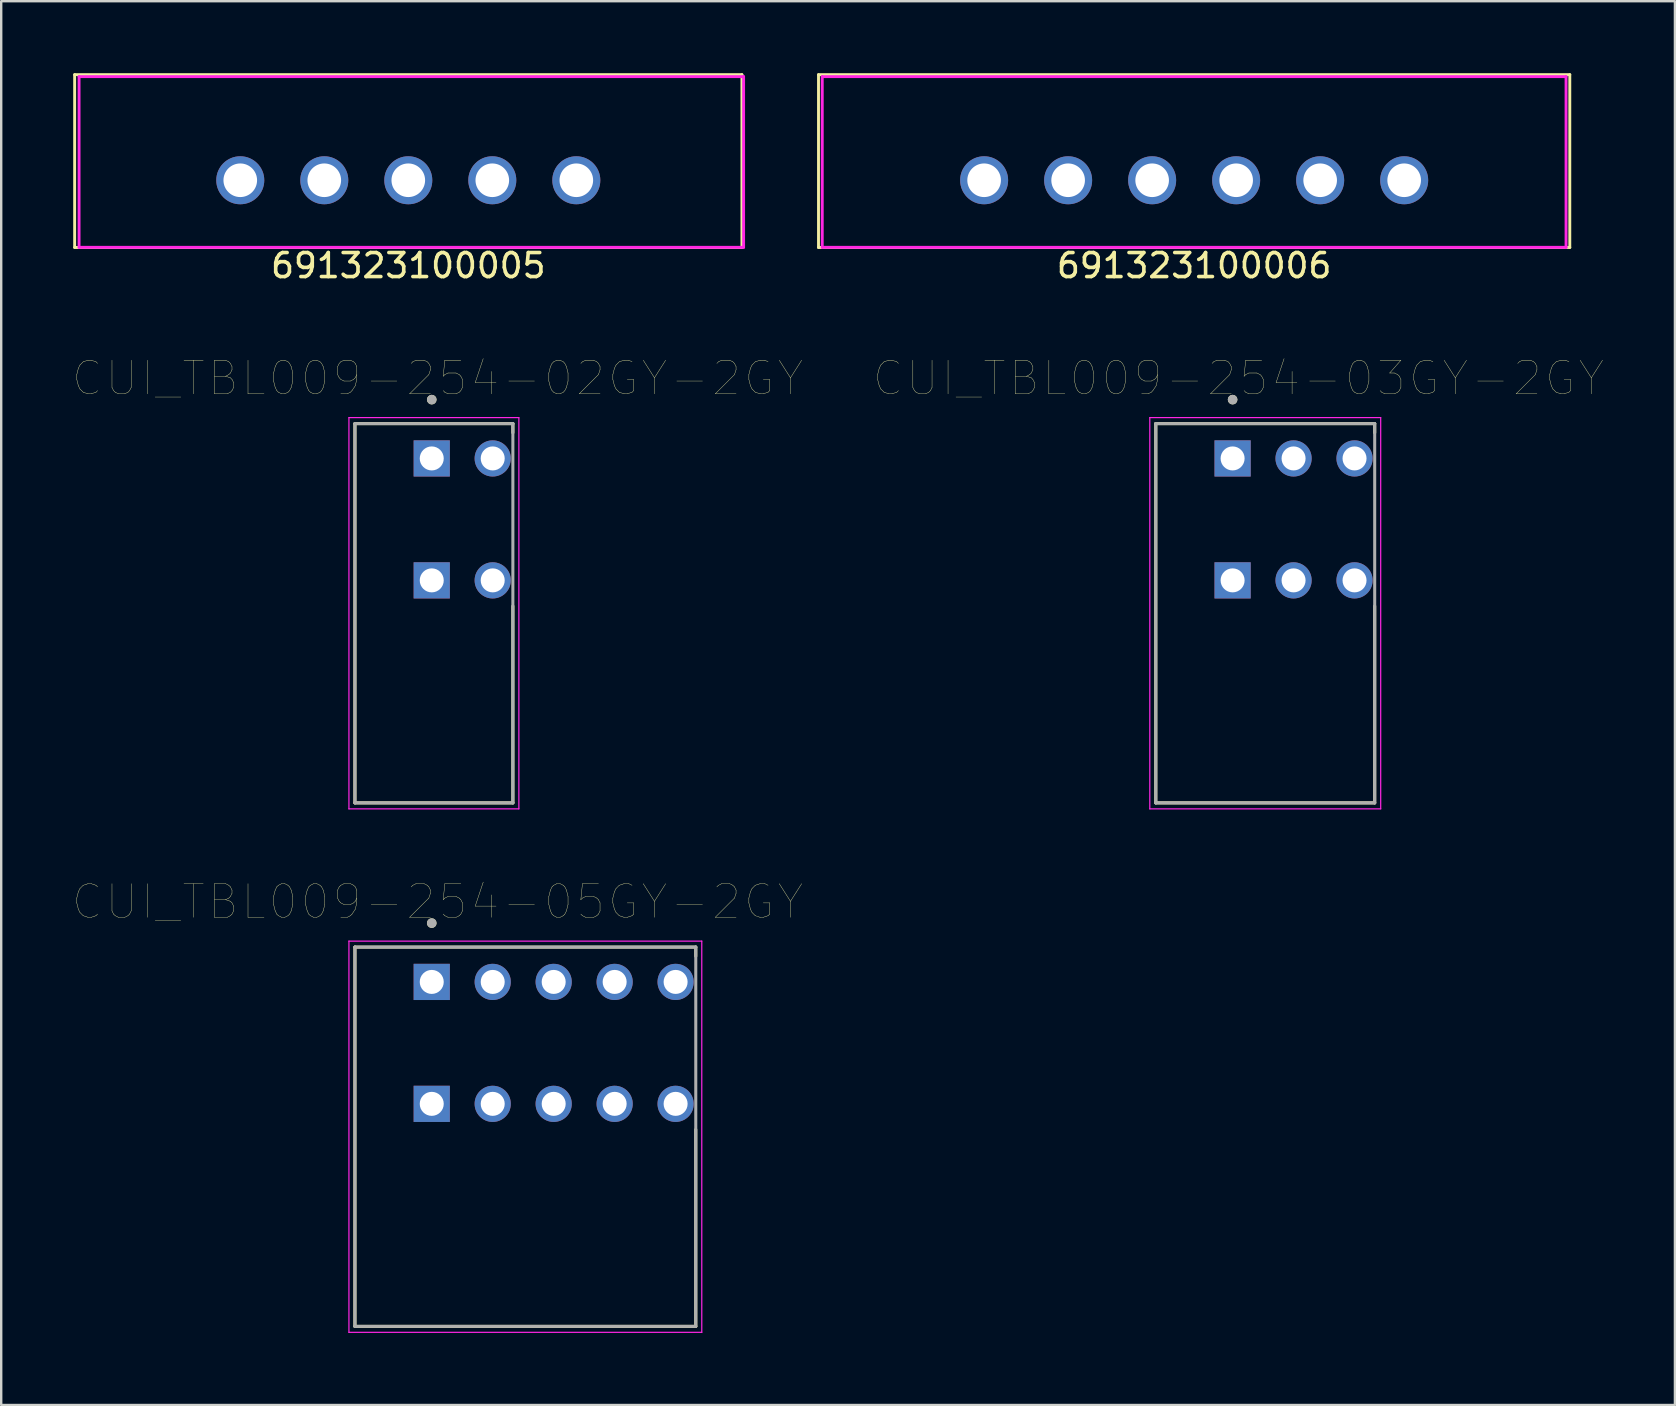
<source format=kicad_pcb>
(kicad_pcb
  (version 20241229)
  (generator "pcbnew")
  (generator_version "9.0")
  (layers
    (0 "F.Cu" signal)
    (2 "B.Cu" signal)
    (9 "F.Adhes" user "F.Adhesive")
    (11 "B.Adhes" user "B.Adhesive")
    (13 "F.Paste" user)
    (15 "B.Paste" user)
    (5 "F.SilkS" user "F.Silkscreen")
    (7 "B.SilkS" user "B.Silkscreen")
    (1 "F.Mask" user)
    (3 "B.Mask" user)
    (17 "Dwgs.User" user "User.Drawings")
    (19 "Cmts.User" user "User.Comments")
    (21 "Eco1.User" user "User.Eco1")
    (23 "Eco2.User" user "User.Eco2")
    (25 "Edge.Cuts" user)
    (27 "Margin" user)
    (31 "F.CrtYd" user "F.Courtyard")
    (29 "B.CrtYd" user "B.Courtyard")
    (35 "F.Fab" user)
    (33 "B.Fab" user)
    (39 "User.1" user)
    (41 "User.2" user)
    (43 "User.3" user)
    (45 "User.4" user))
  (footprint "CUI_TBL009-254-02GY-2GY"
    (layer "F.Cu")
    (at 14.937 16.049)
    (property "Reference" "CUI_TBL009-254-02GY-2GY" (at 0.245 -3.339 0) (layer "F.SilkS") (effects (font (size 1.4 1.4) (thickness 0.015))))
    (attr through_hole)
    (fp_line (start -3.2 -1.45) (end 3.38 -1.45) (stroke (width 0.127) (type solid)) (layer "F.SilkS"))
    (fp_line (start -3.2 14.35) (end -3.2 -1.45) (stroke (width 0.127) (type solid)) (layer "F.SilkS"))
    (fp_line (start 3.38 -1.45) (end 3.38 -1.07) (stroke (width 0.127) (type solid)) (layer "F.SilkS"))
    (fp_line (start 3.38 6.15) (end 3.38 14.35) (stroke (width 0.127) (type solid)) (layer "F.SilkS"))
    (fp_line (start 3.38 14.35) (end -3.2 14.35) (stroke (width 0.127) (type solid)) (layer "F.SilkS"))
    (fp_circle (center 0 -2.45) (end 0.1 -2.45) (stroke (width 0.2) (type solid)) (fill no) (layer "F.SilkS"))
    (fp_line (start -3.45 -1.7) (end 3.63 -1.7) (stroke (width 0.05) (type solid)) (layer "F.CrtYd"))
    (fp_line (start -3.45 14.6) (end -3.45 -1.7) (stroke (width 0.05) (type solid)) (layer "F.CrtYd"))
    (fp_line (start 3.63 -1.7) (end 3.63 14.6) (stroke (width 0.05) (type solid)) (layer "F.CrtYd"))
    (fp_line (start 3.63 14.6) (end -3.45 14.6) (stroke (width 0.05) (type solid)) (layer "F.CrtYd"))
    (fp_line (start -3.2 -1.45) (end 3.38 -1.45) (stroke (width 0.127) (type solid)) (layer "F.Fab"))
    (fp_line (start -3.2 14.35) (end -3.2 -1.45) (stroke (width 0.127) (type solid)) (layer "F.Fab"))
    (fp_line (start 3.38 -1.45) (end 3.38 14.35) (stroke (width 0.127) (type solid)) (layer "F.Fab"))
    (fp_line (start 3.38 14.35) (end -3.2 14.35) (stroke (width 0.127) (type solid)) (layer "F.Fab"))
    (fp_circle (center 0 -2.45) (end 0.1 -2.45) (stroke (width 0.2) (type solid)) (fill no) (layer "F.Fab"))
    (pad "1" thru_hole rect (at 0 0) (size 1.508 1.508) (drill 1) (layers "*.Cu" "*.Mask"))
    (pad "1" thru_hole rect (at 0 5.08) (size 1.508 1.508) (drill 1) (layers "*.Cu" "*.Mask"))
    (pad "2" thru_hole circle (at 2.54 0) (size 1.508 1.508) (drill 1) (layers "*.Cu" "*.Mask"))
    (pad "2" thru_hole circle (at 2.54 5.08) (size 1.508 1.508) (drill 1) (layers "*.Cu" "*.Mask")))
  (footprint "691323100006"
    (layer "F.Cu")
    (at 46.7 4.46)
    (property "Reference" "691323100006" (at 0 3.556 0) (layer "F.SilkS") (effects (font (size 1 1) (thickness 0.15))))
    (attr through_hole)
    (fp_line (start -15.65 -4.4) (end 15.65 -4.4) (stroke (width 0.12) (type solid)) (layer "F.SilkS"))
    (fp_line (start -15.65 2.8) (end -15.65 -4.4) (stroke (width 0.12) (type solid)) (layer "F.SilkS"))
    (fp_line (start 15.65 -4.4) (end 15.65 2.8) (stroke (width 0.12) (type solid)) (layer "F.SilkS"))
    (fp_line (start 15.65 2.8) (end -15.65 2.8) (stroke (width 0.12) (type solid)) (layer "F.SilkS"))
    (fp_line (start -15.494 -4.318) (end 15.494 -4.318) (stroke (width 0.12) (type solid)) (layer "F.CrtYd"))
    (fp_line (start -15.494 2.794) (end -15.494 -4.318) (stroke (width 0.12) (type solid)) (layer "F.CrtYd"))
    (fp_line (start 15.494 -4.318) (end 15.494 2.794) (stroke (width 0.12) (type solid)) (layer "F.CrtYd"))
    (fp_line (start 15.494 2.794) (end -15.494 2.794) (stroke (width 0.12) (type solid)) (layer "F.CrtYd"))
    (pad "1" thru_hole circle (at -8.75 0) (size 2 2) (drill 1.4) (layers "*.Cu" "*.Mask"))
    (pad "2" thru_hole circle (at -5.25 0) (size 2 2) (drill 1.4) (layers "*.Cu" "*.Mask"))
    (pad "3" thru_hole circle (at -1.75 0) (size 2 2) (drill 1.4) (layers "*.Cu" "*.Mask"))
    (pad "4" thru_hole circle (at 1.75 0) (size 2 2) (drill 1.4) (layers "*.Cu" "*.Mask"))
    (pad "5" thru_hole circle (at 5.25 0) (size 2 2) (drill 1.4) (layers "*.Cu" "*.Mask"))
    (pad "6" thru_hole circle (at 8.75 0) (size 2 2) (drill 1.4) (layers "*.Cu" "*.Mask")))
  (footprint "691323100005"
    (layer "F.Cu")
    (at 13.96 4.46)
    (property "Reference" "691323100005" (at 0 3.556 0) (layer "F.SilkS") (effects (font (size 1 1) (thickness 0.15))))
    (attr through_hole)
    (fp_line (start -13.9 -4.4) (end 13.9 -4.4) (stroke (width 0.12) (type solid)) (layer "F.SilkS"))
    (fp_line (start -13.9 2.8) (end -13.9 -4.4) (stroke (width 0.12) (type solid)) (layer "F.SilkS"))
    (fp_line (start 13.9 -4.4) (end 13.9 2.8) (stroke (width 0.12) (type solid)) (layer "F.SilkS"))
    (fp_line (start 13.9 2.8) (end -13.9 2.8) (stroke (width 0.12) (type solid)) (layer "F.SilkS"))
    (fp_line (start -13.716 -4.318) (end 13.97 -4.318) (stroke (width 0.12) (type solid)) (layer "F.CrtYd"))
    (fp_line (start -13.716 2.794) (end -13.716 -4.318) (stroke (width 0.12) (type solid)) (layer "F.CrtYd"))
    (fp_line (start 13.97 -4.318) (end 13.97 2.794) (stroke (width 0.12) (type solid)) (layer "F.CrtYd"))
    (fp_line (start 13.97 2.794) (end -13.716 2.794) (stroke (width 0.12) (type solid)) (layer "F.CrtYd"))
    (pad "1" thru_hole circle (at -7 0) (size 2 2) (drill 1.4) (layers "*.Cu" "*.Mask"))
    (pad "2" thru_hole circle (at -3.5 0) (size 2 2) (drill 1.4) (layers "*.Cu" "*.Mask"))
    (pad "3" thru_hole circle (at 0 0) (size 2 2) (drill 1.4) (layers "*.Cu" "*.Mask"))
    (pad "4" thru_hole circle (at 3.5 0) (size 2 2) (drill 1.4) (layers "*.Cu" "*.Mask"))
    (pad "5" thru_hole circle (at 7 0) (size 2 2) (drill 1.4) (layers "*.Cu" "*.Mask")))
  (footprint "CUI_TBL009-254-05GY-2GY"
    (layer "F.Cu")
    (at 14.937 37.858)
    (property "Reference" "CUI_TBL009-254-05GY-2GY" (at 0.245 -3.339 0) (layer "F.SilkS") (effects (font (size 1.4 1.4) (thickness 0.015))))
    (attr through_hole)
    (fp_line (start -3.2 -1.45) (end 11 -1.45) (stroke (width 0.127) (type solid)) (layer "F.SilkS"))
    (fp_line (start -3.2 14.35) (end -3.2 -1.45) (stroke (width 0.127) (type solid)) (layer "F.SilkS"))
    (fp_line (start 11 -1.45) (end 11 -1.07) (stroke (width 0.127) (type solid)) (layer "F.SilkS"))
    (fp_line (start 11 6.15) (end 11 14.35) (stroke (width 0.127) (type solid)) (layer "F.SilkS"))
    (fp_line (start 11 14.35) (end -3.2 14.35) (stroke (width 0.127) (type solid)) (layer "F.SilkS"))
    (fp_circle (center 0 -2.45) (end 0.1 -2.45) (stroke (width 0.2) (type solid)) (fill no) (layer "F.SilkS"))
    (fp_line (start -3.45 -1.7) (end 11.25 -1.7) (stroke (width 0.05) (type solid)) (layer "F.CrtYd"))
    (fp_line (start -3.45 14.6) (end -3.45 -1.7) (stroke (width 0.05) (type solid)) (layer "F.CrtYd"))
    (fp_line (start 11.25 -1.7) (end 11.25 14.6) (stroke (width 0.05) (type solid)) (layer "F.CrtYd"))
    (fp_line (start 11.25 14.6) (end -3.45 14.6) (stroke (width 0.05) (type solid)) (layer "F.CrtYd"))
    (fp_line (start -3.2 -1.45) (end 11 -1.45) (stroke (width 0.127) (type solid)) (layer "F.Fab"))
    (fp_line (start -3.2 14.35) (end -3.2 -1.45) (stroke (width 0.127) (type solid)) (layer "F.Fab"))
    (fp_line (start 11 -1.45) (end 11 14.35) (stroke (width 0.127) (type solid)) (layer "F.Fab"))
    (fp_line (start 11 14.35) (end -3.2 14.35) (stroke (width 0.127) (type solid)) (layer "F.Fab"))
    (fp_circle (center 0 -2.45) (end 0.1 -2.45) (stroke (width 0.2) (type solid)) (fill no) (layer "F.Fab"))
    (pad "1" thru_hole rect (at 0 0) (size 1.508 1.508) (drill 1) (layers "*.Cu" "*.Mask"))
    (pad "1" thru_hole rect (at 0 5.08) (size 1.508 1.508) (drill 1) (layers "*.Cu" "*.Mask"))
    (pad "2" thru_hole circle (at 2.54 0) (size 1.508 1.508) (drill 1) (layers "*.Cu" "*.Mask"))
    (pad "2" thru_hole circle (at 2.54 5.08) (size 1.508 1.508) (drill 1) (layers "*.Cu" "*.Mask"))
    (pad "3" thru_hole circle (at 5.08 0) (size 1.508 1.508) (drill 1) (layers "*.Cu" "*.Mask"))
    (pad "3" thru_hole circle (at 5.08 5.08) (size 1.508 1.508) (drill 1) (layers "*.Cu" "*.Mask"))
    (pad "4" thru_hole circle (at 7.62 0) (size 1.508 1.508) (drill 1) (layers "*.Cu" "*.Mask"))
    (pad "4" thru_hole circle (at 7.62 5.08) (size 1.508 1.508) (drill 1) (layers "*.Cu" "*.Mask"))
    (pad "5" thru_hole circle (at 10.16 0) (size 1.508 1.508) (drill 1) (layers "*.Cu" "*.Mask"))
    (pad "5" thru_hole circle (at 10.16 5.08) (size 1.508 1.508) (drill 1) (layers "*.Cu" "*.Mask")))
  (footprint "CUI_TBL009-254-03GY-2GY"
    (layer "F.Cu")
    (at 48.302 16.049)
    (property "Reference" "CUI_TBL009-254-03GY-2GY" (at 0.245 -3.339 0) (layer "F.SilkS") (effects (font (size 1.4 1.4) (thickness 0.015))))
    (attr through_hole)
    (fp_line (start -3.2 -1.45) (end 5.92 -1.45) (stroke (width 0.127) (type solid)) (layer "F.SilkS"))
    (fp_line (start -3.2 14.35) (end -3.2 -1.45) (stroke (width 0.127) (type solid)) (layer "F.SilkS"))
    (fp_line (start 5.92 -1.45) (end 5.92 -1.07) (stroke (width 0.127) (type solid)) (layer "F.SilkS"))
    (fp_line (start 5.92 6.15) (end 5.92 14.35) (stroke (width 0.127) (type solid)) (layer "F.SilkS"))
    (fp_line (start 5.92 14.35) (end -3.2 14.35) (stroke (width 0.127) (type solid)) (layer "F.SilkS"))
    (fp_circle (center 0 -2.45) (end 0.1 -2.45) (stroke (width 0.2) (type solid)) (fill no) (layer "F.SilkS"))
    (fp_line (start -3.45 -1.7) (end 6.17 -1.7) (stroke (width 0.05) (type solid)) (layer "F.CrtYd"))
    (fp_line (start -3.45 14.6) (end -3.45 -1.7) (stroke (width 0.05) (type solid)) (layer "F.CrtYd"))
    (fp_line (start 6.17 -1.7) (end 6.17 14.6) (stroke (width 0.05) (type solid)) (layer "F.CrtYd"))
    (fp_line (start 6.17 14.6) (end -3.45 14.6) (stroke (width 0.05) (type solid)) (layer "F.CrtYd"))
    (fp_line (start -3.2 -1.45) (end 5.92 -1.45) (stroke (width 0.127) (type solid)) (layer "F.Fab"))
    (fp_line (start -3.2 14.35) (end -3.2 -1.45) (stroke (width 0.127) (type solid)) (layer "F.Fab"))
    (fp_line (start 5.92 -1.45) (end 5.92 14.35) (stroke (width 0.127) (type solid)) (layer "F.Fab"))
    (fp_line (start 5.92 14.35) (end -3.2 14.35) (stroke (width 0.127) (type solid)) (layer "F.Fab"))
    (fp_circle (center 0 -2.45) (end 0.1 -2.45) (stroke (width 0.2) (type solid)) (fill no) (layer "F.Fab"))
    (pad "1" thru_hole rect (at 0 0) (size 1.508 1.508) (drill 1) (layers "*.Cu" "*.Mask"))
    (pad "1" thru_hole rect (at 0 5.08) (size 1.508 1.508) (drill 1) (layers "*.Cu" "*.Mask"))
    (pad "2" thru_hole circle (at 2.54 0) (size 1.508 1.508) (drill 1) (layers "*.Cu" "*.Mask"))
    (pad "2" thru_hole circle (at 2.54 5.08) (size 1.508 1.508) (drill 1) (layers "*.Cu" "*.Mask"))
    (pad "3" thru_hole circle (at 5.08 0) (size 1.508 1.508) (drill 1) (layers "*.Cu" "*.Mask"))
    (pad "3" thru_hole circle (at 5.08 5.08) (size 1.508 1.508) (drill 1) (layers "*.Cu" "*.Mask")))
  (gr_rect
    (start -3 -3)
    (end 66.73 55.483)
    (stroke (width 0.1) (type default))
    (fill no)
    (layer "Edge.Cuts")))
</source>
